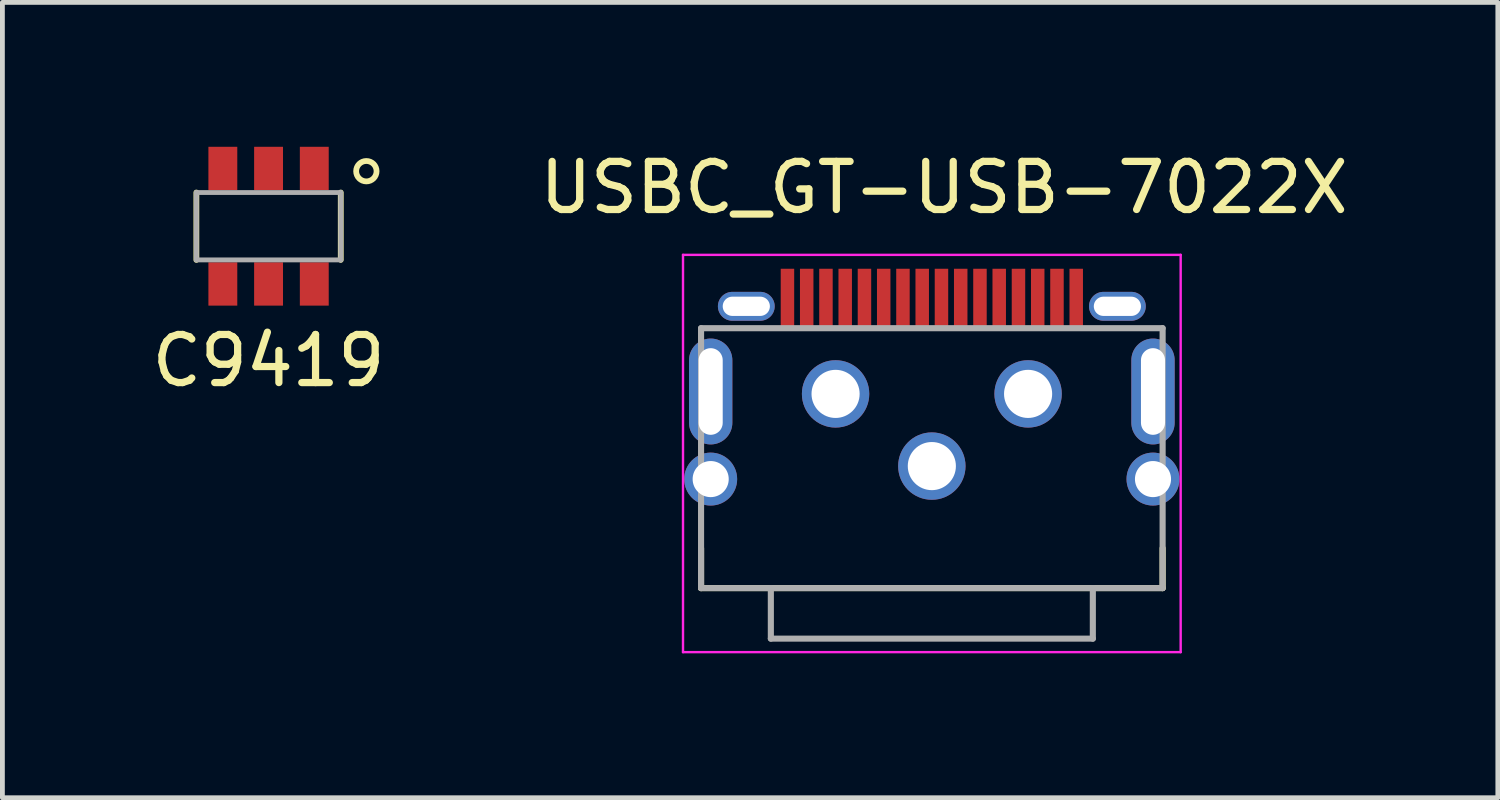
<source format=kicad_pcb>
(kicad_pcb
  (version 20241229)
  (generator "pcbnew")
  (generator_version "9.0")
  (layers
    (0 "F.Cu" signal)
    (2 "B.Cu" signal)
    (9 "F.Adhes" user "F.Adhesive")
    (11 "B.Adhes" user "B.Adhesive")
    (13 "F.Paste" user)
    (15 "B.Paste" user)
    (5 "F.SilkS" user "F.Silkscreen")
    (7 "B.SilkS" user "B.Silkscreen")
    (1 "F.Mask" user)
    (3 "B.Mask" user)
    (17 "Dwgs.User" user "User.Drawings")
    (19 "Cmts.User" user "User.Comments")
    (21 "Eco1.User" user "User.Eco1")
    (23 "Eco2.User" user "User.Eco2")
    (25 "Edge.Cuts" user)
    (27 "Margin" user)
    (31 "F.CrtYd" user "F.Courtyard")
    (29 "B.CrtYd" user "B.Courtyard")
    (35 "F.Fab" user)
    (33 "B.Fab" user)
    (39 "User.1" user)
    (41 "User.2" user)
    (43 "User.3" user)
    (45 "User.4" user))
  (footprint "C9419"
    (layer "F.Cu")
    (at 2.53 1.65)
    (property "Reference" "C9419" (at 0 2.794 0) (layer "F.SilkS") (effects (font (size 1 1) (thickness 0.15))))
    (attr smd)
    (fp_line (start -1.5 0.7) (end -1.5 -0.7) (stroke (width 0.12) (type solid)) (layer "F.SilkS"))
    (fp_line (start 1.5 0.7) (end 1.5 -0.7) (stroke (width 0.12) (type solid)) (layer "F.SilkS"))
    (fp_circle (center 2.032 -1.143) (end 2.182 -0.993) (stroke (width 0.12) (type solid)) (fill no) (layer "F.SilkS"))
    (fp_line (start -1.5 -0.7) (end 1.5 -0.7) (stroke (width 0.1) (type solid)) (layer "F.Fab"))
    (fp_line (start -1.5 0.7) (end -1.5 -0.7) (stroke (width 0.1) (type solid)) (layer "F.Fab"))
    (fp_line (start -1.5 0.7) (end 1.5 0.7) (stroke (width 0.1) (type solid)) (layer "F.Fab"))
    (fp_line (start 1.5 0.7) (end 1.5 -0.7) (stroke (width 0.1) (type solid)) (layer "F.Fab"))
    (pad "1" smd rect (at 0.95 -1.2) (size 0.6 0.9) (layers "F.Cu" "F.Mask" "F.Paste"))
    (pad "2" smd rect (at 0 -1.2) (size 0.6 0.9) (layers "F.Cu" "F.Mask" "F.Paste"))
    (pad "3" smd rect (at -0.95 -1.2) (size 0.6 0.9) (layers "F.Cu" "F.Mask" "F.Paste"))
    (pad "4" smd rect (at -0.95 1.2) (size 0.6 0.9) (layers "F.Cu" "F.Mask" "F.Paste"))
    (pad "5" smd rect (at 0 1.2) (size 0.6 0.9) (layers "F.Cu" "F.Mask" "F.Paste"))
    (pad "6" smd rect (at 0.95 1.2) (size 0.6 0.9) (layers "F.Cu" "F.Mask" "F.Paste")))
  (footprint "USBC_GT-USB-7022X"
    (layer "F.Cu")
    (at 16.311 3.134)
    (property "Reference" "USBC_GT-USB-7022X" (at 0.254 -2.286 0) (layer "F.SilkS") (effects (font (size 1 1) (thickness 0.15))))
    (attr through_hole)
    (fp_line (start -4.795 6.035) (end -4.795 5.207) (stroke (width 0.127) (type solid)) (layer "F.SilkS"))
    (fp_line (start -4.795 6.035) (end 4.795 6.035) (stroke (width 0.127) (type solid)) (layer "F.SilkS"))
    (fp_line (start 4.795 6.035) (end 4.795 5.207) (stroke (width 0.127) (type solid)) (layer "F.SilkS"))
    (fp_poly (pts (xy -4.66 1.08) (xy -4.84 1.23) (xy -4.85 2.66) (xy -4.67 2.84) (xy -4.67 2.98) (xy -4.92 2.84) (xy -4.98 2.66) (xy -4.98 1.2) (xy -4.85 1.01) (xy -4.66 0.94)) (stroke (width 0.05) (type solid)) (fill yes) (layer "F.Paste"))
    (fp_poly (pts (xy -4.539 2.839) (xy -4.359 2.689) (xy -4.349 1.259) (xy -4.529 1.079) (xy -4.529 0.939) (xy -4.279 1.079) (xy -4.219 1.259) (xy -4.219 2.719) (xy -4.349 2.909) (xy -4.539 2.979)) (stroke (width 0.05) (type solid)) (fill yes) (layer "F.Paste"))
    (fp_poly (pts (xy 4.53 1.07) (xy 4.35 1.22) (xy 4.34 2.65) (xy 4.52 2.83) (xy 4.52 2.97) (xy 4.27 2.83) (xy 4.21 2.65) (xy 4.21 1.19) (xy 4.34 1) (xy 4.53 0.93)) (stroke (width 0.05) (type solid)) (fill yes) (layer "F.Paste"))
    (fp_poly (pts (xy 4.651 2.829) (xy 4.831 2.679) (xy 4.841 1.249) (xy 4.661 1.069) (xy 4.661 0.929) (xy 4.911 1.069) (xy 4.971 1.249) (xy 4.971 2.709) (xy 4.841 2.899) (xy 4.651 2.969)) (stroke (width 0.05) (type solid)) (fill yes) (layer "F.Paste"))
    (fp_poly (pts (xy -4.35 0.43) (xy -4.46 0.31) (xy -4.48 0.14) (xy -4.42 -0.04) (xy -4.24 -0.14) (xy -3.92 -0.14) (xy -3.92 -0.02) (xy -4.23 -0.01) (xy -4.3 0.04) (xy -4.35 0.13) (xy -4.33 0.28) (xy -4.2 0.36) (xy -3.93 0.36) (xy -3.93 0.48) (xy -4.22 0.48)) (stroke (width 0.05) (type solid)) (fill yes) (layer "F.Paste"))
    (fp_poly (pts (xy 4.33 -0.08) (xy 4.44 0.04) (xy 4.46 0.21) (xy 4.4 0.39) (xy 4.22 0.49) (xy 3.9 0.49) (xy 3.9 0.37) (xy 4.21 0.36) (xy 4.28 0.31) (xy 4.33 0.22) (xy 4.31 0.07) (xy 4.18 -0.01) (xy 3.91 -0.01) (xy 3.91 -0.13) (xy 4.2 -0.13)) (stroke (width 0.05) (type solid)) (fill yes) (layer "F.Paste"))
    (fp_poly (pts (xy -2.08 1.51) (xy -2.16 1.53) (xy -2.31 1.6) (xy -2.48 1.8) (xy -2.523 2.026) (xy -2.363 2.356) (xy -2.08 2.48) (xy -2.08 2.61) (xy -2.2 2.6) (xy -2.42 2.47) (xy -2.55 2.35) (xy -2.66 2.17) (xy -2.66 2.02) (xy -2.63 1.81) (xy -2.48 1.54) (xy -2.19 1.39) (xy -2.08 1.37)) (stroke (width 0.05) (type solid)) (fill yes) (layer "F.Paste"))
    (fp_poly (pts (xy -1.933 2.476) (xy -1.853 2.456) (xy -1.703 2.386) (xy -1.533 2.186) (xy -1.49 1.96) (xy -1.65 1.63) (xy -1.933 1.506) (xy -1.933 1.376) (xy -1.813 1.386) (xy -1.593 1.516) (xy -1.463 1.636) (xy -1.353 1.816) (xy -1.353 1.966) (xy -1.383 2.176) (xy -1.533 2.446) (xy -1.823 2.596) (xy -1.933 2.616)) (stroke (width 0.05) (type solid)) (fill yes) (layer "F.Paste"))
    (fp_poly (pts (xy -0.067 3.014) (xy -0.147 3.034) (xy -0.297 3.104) (xy -0.467 3.304) (xy -0.51 3.53) (xy -0.35 3.86) (xy -0.067 3.984) (xy -0.067 4.114) (xy -0.187 4.104) (xy -0.407 3.974) (xy -0.537 3.854) (xy -0.647 3.674) (xy -0.647 3.524) (xy -0.617 3.314) (xy -0.467 3.044) (xy -0.177 2.894) (xy -0.067 2.874)) (stroke (width 0.05) (type solid)) (fill yes) (layer "F.Paste"))
    (fp_poly (pts (xy 0.08 3.98) (xy 0.16 3.96) (xy 0.31 3.89) (xy 0.48 3.69) (xy 0.523 3.464) (xy 0.363 3.134) (xy 0.08 3.01) (xy 0.08 2.88) (xy 0.2 2.89) (xy 0.42 3.02) (xy 0.55 3.14) (xy 0.66 3.32) (xy 0.66 3.47) (xy 0.63 3.68) (xy 0.48 3.95) (xy 0.19 4.1) (xy 0.08 4.12)) (stroke (width 0.05) (type solid)) (fill yes) (layer "F.Paste"))
    (fp_poly (pts (xy 1.913 1.514) (xy 1.833 1.534) (xy 1.683 1.604) (xy 1.513 1.804) (xy 1.47 2.03) (xy 1.63 2.36) (xy 1.913 2.484) (xy 1.913 2.614) (xy 1.793 2.604) (xy 1.573 2.474) (xy 1.443 2.354) (xy 1.333 2.174) (xy 1.333 2.024) (xy 1.363 1.814) (xy 1.513 1.544) (xy 1.803 1.394) (xy 1.913 1.374)) (stroke (width 0.05) (type solid)) (fill yes) (layer "F.Paste"))
    (fp_poly (pts (xy 2.06 2.48) (xy 2.14 2.46) (xy 2.29 2.39) (xy 2.46 2.19) (xy 2.503 1.964) (xy 2.343 1.634) (xy 2.06 1.51) (xy 2.06 1.38) (xy 2.18 1.39) (xy 2.4 1.52) (xy 2.53 1.64) (xy 2.64 1.82) (xy 2.64 1.97) (xy 2.61 2.18) (xy 2.46 2.45) (xy 2.17 2.6) (xy 2.06 2.62)) (stroke (width 0.05) (type solid)) (fill yes) (layer "F.Paste"))
    (fp_poly (pts (xy -4.66 3.407) (xy -4.79 3.447) (xy -4.85 3.487) (xy -4.94 3.617) (xy -4.96 3.727) (xy -4.96 3.867) (xy -4.93 3.937) (xy -4.88 4.007) (xy -4.822 4.07) (xy -4.752 4.11) (xy -4.71 4.117) (xy -4.66 4.127) (xy -4.66 4.237) (xy -4.83 4.177) (xy -4.95 4.077) (xy -5.03 3.947) (xy -5.07 3.817) (xy -5.06 3.667) (xy -5.01 3.517) (xy -4.89 3.397) (xy -4.79 3.337) (xy -4.68 3.307) (xy -4.66 3.307)) (stroke (width 0.05) (type solid)) (fill yes) (layer "F.Paste"))
    (fp_poly (pts (xy -4.52 4.133) (xy -4.39 4.093) (xy -4.33 4.053) (xy -4.24 3.923) (xy -4.22 3.813) (xy -4.22 3.673) (xy -4.25 3.603) (xy -4.3 3.533) (xy -4.358 3.47) (xy -4.428 3.43) (xy -4.47 3.423) (xy -4.52 3.413) (xy -4.52 3.303) (xy -4.35 3.363) (xy -4.23 3.463) (xy -4.15 3.593) (xy -4.11 3.723) (xy -4.12 3.873) (xy -4.17 4.023) (xy -4.29 4.143) (xy -4.39 4.203) (xy -4.5 4.233) (xy -4.52 4.233)) (stroke (width 0.05) (type solid)) (fill yes) (layer "F.Paste"))
    (fp_poly (pts (xy 4.52 3.414) (xy 4.39 3.454) (xy 4.33 3.494) (xy 4.24 3.624) (xy 4.22 3.734) (xy 4.22 3.874) (xy 4.25 3.944) (xy 4.3 4.014) (xy 4.358 4.077) (xy 4.428 4.117) (xy 4.47 4.124) (xy 4.52 4.134) (xy 4.52 4.244) (xy 4.35 4.184) (xy 4.23 4.084) (xy 4.15 3.954) (xy 4.11 3.824) (xy 4.12 3.674) (xy 4.17 3.524) (xy 4.29 3.404) (xy 4.39 3.344) (xy 4.5 3.314) (xy 4.52 3.314)) (stroke (width 0.05) (type solid)) (fill yes) (layer "F.Paste"))
    (fp_poly (pts (xy 4.66 4.14) (xy 4.79 4.1) (xy 4.85 4.06) (xy 4.94 3.93) (xy 4.96 3.82) (xy 4.96 3.68) (xy 4.93 3.61) (xy 4.88 3.54) (xy 4.822 3.477) (xy 4.752 3.437) (xy 4.71 3.43) (xy 4.66 3.42) (xy 4.66 3.31) (xy 4.83 3.37) (xy 4.95 3.47) (xy 5.03 3.6) (xy 5.07 3.73) (xy 5.06 3.88) (xy 5.01 4.03) (xy 4.89 4.15) (xy 4.79 4.21) (xy 4.68 4.24) (xy 4.66 4.24)) (stroke (width 0.05) (type solid)) (fill yes) (layer "F.Paste"))
    (fp_line (start -5.17 -0.889) (end 5.17 -0.889) (stroke (width 0.05) (type solid)) (layer "F.CrtYd"))
    (fp_line (start -5.17 7.366) (end -5.17 -0.889) (stroke (width 0.05) (type solid)) (layer "F.CrtYd"))
    (fp_line (start 5.17 -0.889) (end 5.17 7.366) (stroke (width 0.05) (type solid)) (layer "F.CrtYd"))
    (fp_line (start 5.17 7.366) (end -5.17 7.366) (stroke (width 0.05) (type solid)) (layer "F.CrtYd"))
    (fp_line (start -4.795 0.635) (end 4.795 0.635) (stroke (width 0.127) (type solid)) (layer "F.Fab"))
    (fp_line (start -4.795 6.035) (end -4.795 0.635) (stroke (width 0.127) (type solid)) (layer "F.Fab"))
    (fp_line (start -4.795 6.035) (end 4.795 6.035) (stroke (width 0.127) (type solid)) (layer "F.Fab"))
    (fp_line (start -3.345 7.085) (end -3.345 6.035) (stroke (width 0.127) (type solid)) (layer "F.Fab"))
    (fp_line (start -3.345 7.085) (end 3.345 7.085) (stroke (width 0.127) (type solid)) (layer "F.Fab"))
    (fp_line (start 3.345 7.085) (end 3.345 6.035) (stroke (width 0.127) (type solid)) (layer "F.Fab"))
    (fp_line (start 4.795 6.035) (end 4.795 0.635) (stroke (width 0.127) (type solid)) (layer "F.Fab"))
    (pad "1" smd rect (at -3 0) (size 0.28 1.2) (layers "F.Cu" "F.Mask" "F.Paste"))
    (pad "2" smd rect (at -2.6 0) (size 0.28 1.2) (layers "F.Cu" "F.Mask" "F.Paste"))
    (pad "3" smd rect (at -2.2 0) (size 0.28 1.2) (layers "F.Cu" "F.Mask" "F.Paste"))
    (pad "4" smd rect (at -1.8 0) (size 0.28 1.2) (layers "F.Cu" "F.Mask" "F.Paste"))
    (pad "5" smd rect (at -1.4 0) (size 0.28 1.2) (layers "F.Cu" "F.Mask" "F.Paste"))
    (pad "6" smd rect (at -1 0) (size 0.28 1.2) (layers "F.Cu" "F.Mask" "F.Paste"))
    (pad "7" smd rect (at -0.6 0) (size 0.28 1.2) (layers "F.Cu" "F.Mask" "F.Paste"))
    (pad "8" smd rect (at -0.2 0) (size 0.28 1.2) (layers "F.Cu" "F.Mask" "F.Paste"))
    (pad "9" smd rect (at 0.2 0) (size 0.28 1.2) (layers "F.Cu" "F.Mask" "F.Paste"))
    (pad "10" smd rect (at 0.6 0) (size 0.28 1.2) (layers "F.Cu" "F.Mask" "F.Paste"))
    (pad "11" smd rect (at 1 0) (size 0.28 1.2) (layers "F.Cu" "F.Mask" "F.Paste"))
    (pad "12" smd rect (at 1.4 0) (size 0.28 1.2) (layers "F.Cu" "F.Mask" "F.Paste"))
    (pad "13" smd rect (at 1.8 0) (size 0.28 1.2) (layers "F.Cu" "F.Mask" "F.Paste"))
    (pad "14" smd rect (at 2.2 0) (size 0.28 1.2) (layers "F.Cu" "F.Mask" "F.Paste"))
    (pad "15" smd rect (at 2.6 0) (size 0.28 1.2) (layers "F.Cu" "F.Mask" "F.Paste"))
    (pad "16" smd rect (at 3 0) (size 0.28 1.2) (layers "F.Cu" "F.Mask" "F.Paste"))
    (pad "S1" thru_hole oval (at -3.855 0.18) (size 1.18 0.6) (drill oval 0.98 0.4) (layers "*.Cu" "*.Mask"))
    (pad "S2" thru_hole oval (at 3.855 0.18) (size 1.18 0.6) (drill oval 0.98 0.4) (layers "*.Cu" "*.Mask"))
    (pad "S3" thru_hole oval (at -4.595 1.95) (size 0.9 2.2) (drill oval 0.5 1.8) (layers "*.Cu" "*.Mask"))
    (pad "S4" thru_hole circle (at -2 2) (size 1.4 1.4) (drill 1) (layers "*.Cu" "*.Mask"))
    (pad "S5" thru_hole circle (at 2 2) (size 1.4 1.4) (drill 1) (layers "*.Cu" "*.Mask"))
    (pad "S6" thru_hole oval (at 4.595 1.95) (size 0.9 2.2) (drill oval 0.5 1.8) (layers "*.Cu" "*.Mask"))
    (pad "S7" thru_hole circle (at -4.595 3.77) (size 1.1 1.1) (drill 0.75) (layers "*.Cu" "*.Mask"))
    (pad "S8" thru_hole circle (at 0 3.5 90) (size 1.4 1.4) (drill 1) (layers "*.Cu" "*.Mask"))
    (pad "S9" thru_hole circle (at 4.595 3.77) (size 1.1 1.1) (drill 0.75) (layers "*.Cu" "*.Mask")))
  (gr_rect
    (start -3 -3)
    (end 28.071 13.525)
    (stroke (width 0.1) (type default))
    (fill no)
    (layer "Edge.Cuts")))
</source>
